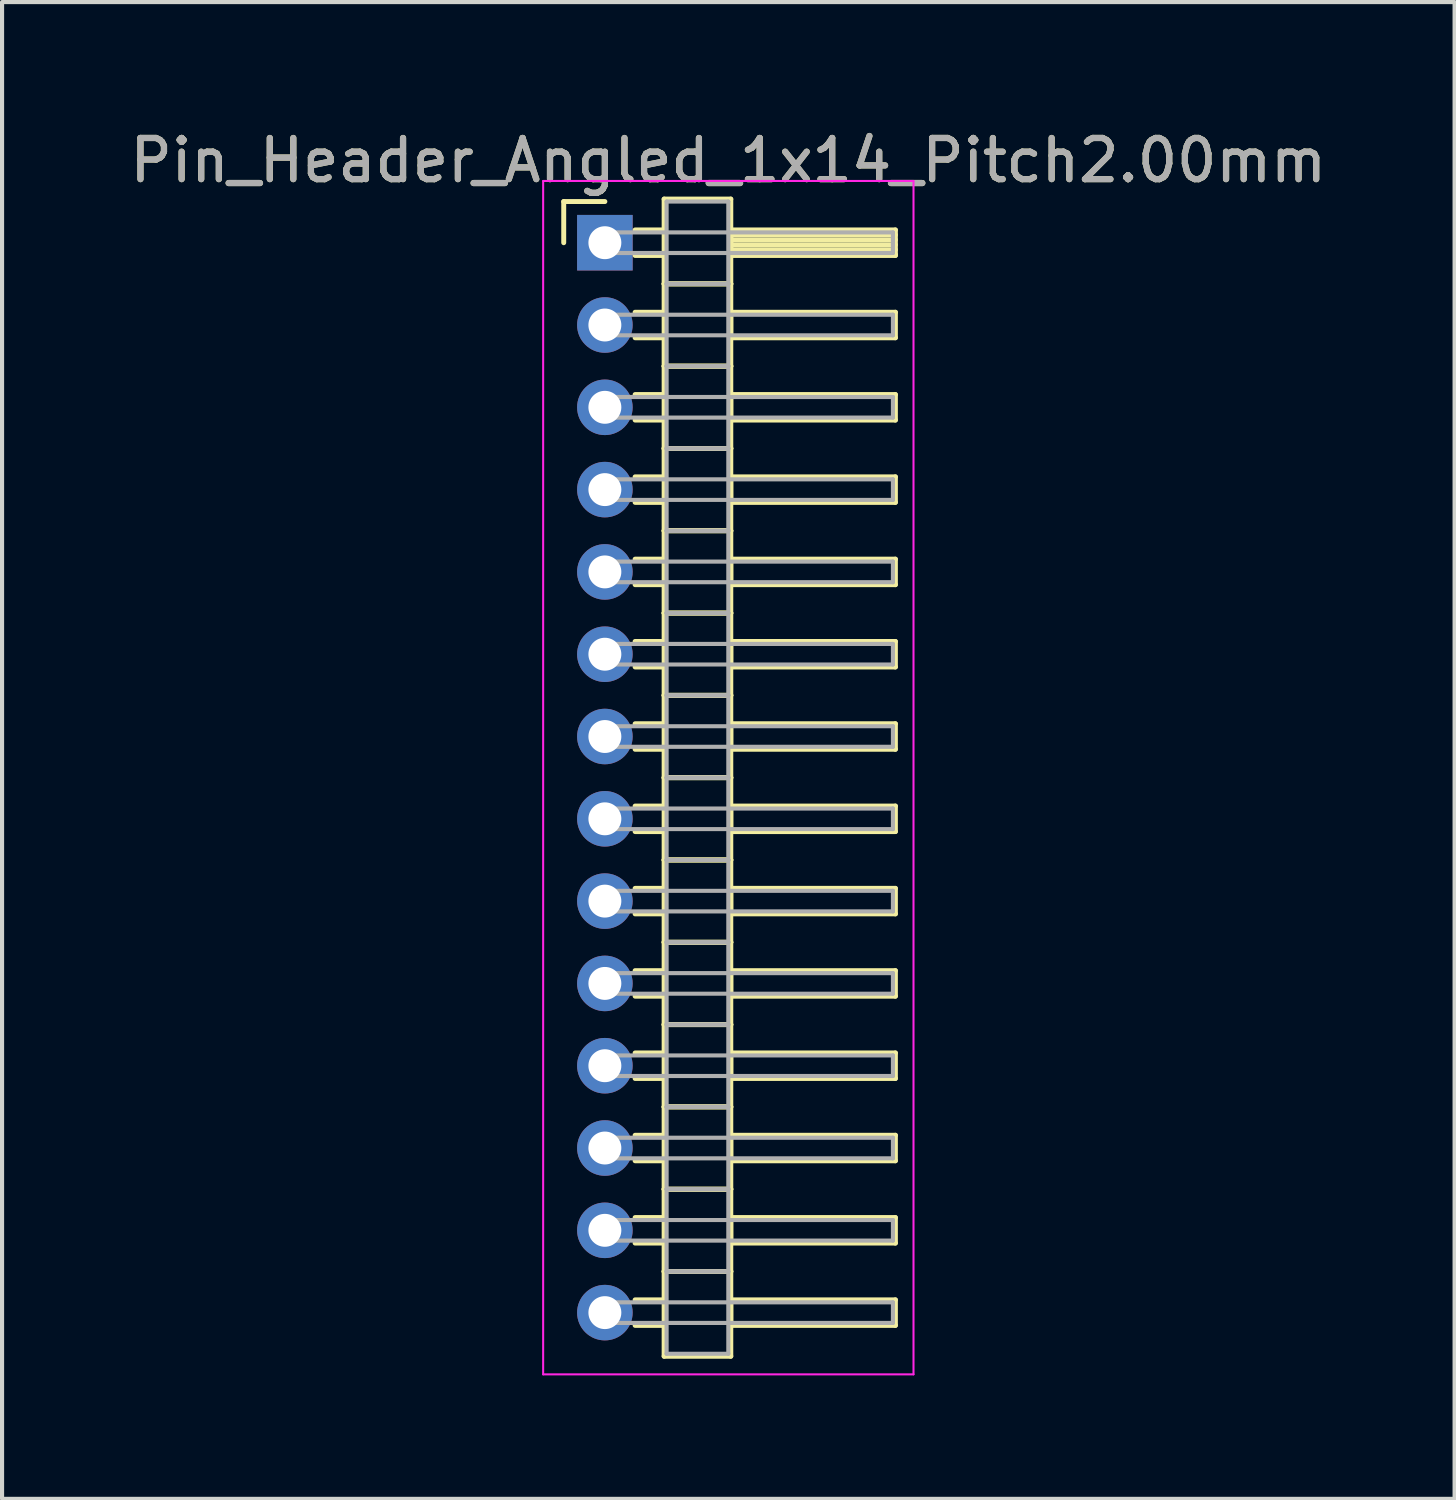
<source format=kicad_pcb>
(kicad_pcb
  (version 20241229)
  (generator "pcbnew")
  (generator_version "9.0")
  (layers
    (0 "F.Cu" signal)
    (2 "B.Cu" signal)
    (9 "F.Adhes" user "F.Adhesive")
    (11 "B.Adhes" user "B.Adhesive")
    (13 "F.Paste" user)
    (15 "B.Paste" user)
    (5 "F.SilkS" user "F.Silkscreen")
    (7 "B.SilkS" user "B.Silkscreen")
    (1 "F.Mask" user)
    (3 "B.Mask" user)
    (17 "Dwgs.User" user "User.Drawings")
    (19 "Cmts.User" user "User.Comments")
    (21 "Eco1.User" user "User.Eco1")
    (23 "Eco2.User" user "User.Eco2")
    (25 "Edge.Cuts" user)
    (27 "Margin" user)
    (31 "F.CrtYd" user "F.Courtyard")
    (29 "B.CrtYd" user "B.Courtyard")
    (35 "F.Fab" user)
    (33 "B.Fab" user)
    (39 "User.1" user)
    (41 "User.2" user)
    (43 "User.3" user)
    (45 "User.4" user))
  (footprint "Pin_Header_Angled_1x14_Pitch2.00mm"
    (layer "F.Cu")
    (at 11.649 2.848)
    (property "Reference" "Pin_Header_Angled_1x14_Pitch2.00mm" (at 3 -2 0) (layer "F.SilkS") (effects (font (size 1 1) (thickness 0.15))))
    (attr through_hole)
    (fp_line (start -1 -1) (end 0 -1) (stroke (width 0.12) (type solid)) (layer "F.SilkS"))
    (fp_line (start -1 0) (end -1 -1) (stroke (width 0.12) (type solid)) (layer "F.SilkS"))
    (fp_line (start 0.735 -0.31) (end 1.44 -0.31) (stroke (width 0.12) (type solid)) (layer "F.SilkS"))
    (fp_line (start 0.735 0.31) (end 1.44 0.31) (stroke (width 0.12) (type solid)) (layer "F.SilkS"))
    (fp_line (start 0.735 1.69) (end 1.44 1.69) (stroke (width 0.12) (type solid)) (layer "F.SilkS"))
    (fp_line (start 0.735 2.31) (end 1.44 2.31) (stroke (width 0.12) (type solid)) (layer "F.SilkS"))
    (fp_line (start 0.735 3.69) (end 1.44 3.69) (stroke (width 0.12) (type solid)) (layer "F.SilkS"))
    (fp_line (start 0.735 4.31) (end 1.44 4.31) (stroke (width 0.12) (type solid)) (layer "F.SilkS"))
    (fp_line (start 0.735 5.69) (end 1.44 5.69) (stroke (width 0.12) (type solid)) (layer "F.SilkS"))
    (fp_line (start 0.735 6.31) (end 1.44 6.31) (stroke (width 0.12) (type solid)) (layer "F.SilkS"))
    (fp_line (start 0.735 7.69) (end 1.44 7.69) (stroke (width 0.12) (type solid)) (layer "F.SilkS"))
    (fp_line (start 0.735 8.31) (end 1.44 8.31) (stroke (width 0.12) (type solid)) (layer "F.SilkS"))
    (fp_line (start 0.735 9.69) (end 1.44 9.69) (stroke (width 0.12) (type solid)) (layer "F.SilkS"))
    (fp_line (start 0.735 10.31) (end 1.44 10.31) (stroke (width 0.12) (type solid)) (layer "F.SilkS"))
    (fp_line (start 0.735 11.69) (end 1.44 11.69) (stroke (width 0.12) (type solid)) (layer "F.SilkS"))
    (fp_line (start 0.735 12.31) (end 1.44 12.31) (stroke (width 0.12) (type solid)) (layer "F.SilkS"))
    (fp_line (start 0.735 13.69) (end 1.44 13.69) (stroke (width 0.12) (type solid)) (layer "F.SilkS"))
    (fp_line (start 0.735 14.31) (end 1.44 14.31) (stroke (width 0.12) (type solid)) (layer "F.SilkS"))
    (fp_line (start 0.735 15.69) (end 1.44 15.69) (stroke (width 0.12) (type solid)) (layer "F.SilkS"))
    (fp_line (start 0.735 16.31) (end 1.44 16.31) (stroke (width 0.12) (type solid)) (layer "F.SilkS"))
    (fp_line (start 0.735 17.69) (end 1.44 17.69) (stroke (width 0.12) (type solid)) (layer "F.SilkS"))
    (fp_line (start 0.735 18.31) (end 1.44 18.31) (stroke (width 0.12) (type solid)) (layer "F.SilkS"))
    (fp_line (start 0.735 19.69) (end 1.44 19.69) (stroke (width 0.12) (type solid)) (layer "F.SilkS"))
    (fp_line (start 0.735 20.31) (end 1.44 20.31) (stroke (width 0.12) (type solid)) (layer "F.SilkS"))
    (fp_line (start 0.735 21.69) (end 1.44 21.69) (stroke (width 0.12) (type solid)) (layer "F.SilkS"))
    (fp_line (start 0.735 22.31) (end 1.44 22.31) (stroke (width 0.12) (type solid)) (layer "F.SilkS"))
    (fp_line (start 0.735 23.69) (end 1.44 23.69) (stroke (width 0.12) (type solid)) (layer "F.SilkS"))
    (fp_line (start 0.735 24.31) (end 1.44 24.31) (stroke (width 0.12) (type solid)) (layer "F.SilkS"))
    (fp_line (start 0.735 25.69) (end 1.44 25.69) (stroke (width 0.12) (type solid)) (layer "F.SilkS"))
    (fp_line (start 0.735 26.31) (end 1.44 26.31) (stroke (width 0.12) (type solid)) (layer "F.SilkS"))
    (fp_line (start 1.44 -1.06) (end 1.44 1) (stroke (width 0.12) (type solid)) (layer "F.SilkS"))
    (fp_line (start 1.44 1) (end 1.44 3) (stroke (width 0.12) (type solid)) (layer "F.SilkS"))
    (fp_line (start 1.44 1) (end 3.06 1) (stroke (width 0.12) (type solid)) (layer "F.SilkS"))
    (fp_line (start 1.44 3) (end 1.44 5) (stroke (width 0.12) (type solid)) (layer "F.SilkS"))
    (fp_line (start 1.44 3) (end 3.06 3) (stroke (width 0.12) (type solid)) (layer "F.SilkS"))
    (fp_line (start 1.44 5) (end 1.44 7) (stroke (width 0.12) (type solid)) (layer "F.SilkS"))
    (fp_line (start 1.44 5) (end 3.06 5) (stroke (width 0.12) (type solid)) (layer "F.SilkS"))
    (fp_line (start 1.44 7) (end 1.44 9) (stroke (width 0.12) (type solid)) (layer "F.SilkS"))
    (fp_line (start 1.44 7) (end 3.06 7) (stroke (width 0.12) (type solid)) (layer "F.SilkS"))
    (fp_line (start 1.44 9) (end 1.44 11) (stroke (width 0.12) (type solid)) (layer "F.SilkS"))
    (fp_line (start 1.44 9) (end 3.06 9) (stroke (width 0.12) (type solid)) (layer "F.SilkS"))
    (fp_line (start 1.44 11) (end 1.44 13) (stroke (width 0.12) (type solid)) (layer "F.SilkS"))
    (fp_line (start 1.44 11) (end 3.06 11) (stroke (width 0.12) (type solid)) (layer "F.SilkS"))
    (fp_line (start 1.44 13) (end 1.44 15) (stroke (width 0.12) (type solid)) (layer "F.SilkS"))
    (fp_line (start 1.44 13) (end 3.06 13) (stroke (width 0.12) (type solid)) (layer "F.SilkS"))
    (fp_line (start 1.44 15) (end 1.44 17) (stroke (width 0.12) (type solid)) (layer "F.SilkS"))
    (fp_line (start 1.44 15) (end 3.06 15) (stroke (width 0.12) (type solid)) (layer "F.SilkS"))
    (fp_line (start 1.44 17) (end 1.44 19) (stroke (width 0.12) (type solid)) (layer "F.SilkS"))
    (fp_line (start 1.44 17) (end 3.06 17) (stroke (width 0.12) (type solid)) (layer "F.SilkS"))
    (fp_line (start 1.44 19) (end 1.44 21) (stroke (width 0.12) (type solid)) (layer "F.SilkS"))
    (fp_line (start 1.44 19) (end 3.06 19) (stroke (width 0.12) (type solid)) (layer "F.SilkS"))
    (fp_line (start 1.44 21) (end 1.44 23) (stroke (width 0.12) (type solid)) (layer "F.SilkS"))
    (fp_line (start 1.44 21) (end 3.06 21) (stroke (width 0.12) (type solid)) (layer "F.SilkS"))
    (fp_line (start 1.44 23) (end 1.44 25) (stroke (width 0.12) (type solid)) (layer "F.SilkS"))
    (fp_line (start 1.44 23) (end 3.06 23) (stroke (width 0.12) (type solid)) (layer "F.SilkS"))
    (fp_line (start 1.44 25) (end 1.44 27.06) (stroke (width 0.12) (type solid)) (layer "F.SilkS"))
    (fp_line (start 1.44 25) (end 3.06 25) (stroke (width 0.12) (type solid)) (layer "F.SilkS"))
    (fp_line (start 1.44 27.06) (end 3.06 27.06) (stroke (width 0.12) (type solid)) (layer "F.SilkS"))
    (fp_line (start 3.06 -1.06) (end 1.44 -1.06) (stroke (width 0.12) (type solid)) (layer "F.SilkS"))
    (fp_line (start 3.06 -0.31) (end 3.06 0.31) (stroke (width 0.12) (type solid)) (layer "F.SilkS"))
    (fp_line (start 3.06 -0.19) (end 7.06 -0.19) (stroke (width 0.12) (type solid)) (layer "F.SilkS"))
    (fp_line (start 3.06 -0.07) (end 7.06 -0.07) (stroke (width 0.12) (type solid)) (layer "F.SilkS"))
    (fp_line (start 3.06 0.05) (end 7.06 0.05) (stroke (width 0.12) (type solid)) (layer "F.SilkS"))
    (fp_line (start 3.06 0.17) (end 7.06 0.17) (stroke (width 0.12) (type solid)) (layer "F.SilkS"))
    (fp_line (start 3.06 0.29) (end 7.06 0.29) (stroke (width 0.12) (type solid)) (layer "F.SilkS"))
    (fp_line (start 3.06 0.31) (end 7.06 0.31) (stroke (width 0.12) (type solid)) (layer "F.SilkS"))
    (fp_line (start 3.06 1) (end 1.44 1) (stroke (width 0.12) (type solid)) (layer "F.SilkS"))
    (fp_line (start 3.06 1) (end 3.06 -1.06) (stroke (width 0.12) (type solid)) (layer "F.SilkS"))
    (fp_line (start 3.06 1.69) (end 3.06 2.31) (stroke (width 0.12) (type solid)) (layer "F.SilkS"))
    (fp_line (start 3.06 2.31) (end 7.06 2.31) (stroke (width 0.12) (type solid)) (layer "F.SilkS"))
    (fp_line (start 3.06 3) (end 1.44 3) (stroke (width 0.12) (type solid)) (layer "F.SilkS"))
    (fp_line (start 3.06 3) (end 3.06 1) (stroke (width 0.12) (type solid)) (layer "F.SilkS"))
    (fp_line (start 3.06 3.69) (end 3.06 4.31) (stroke (width 0.12) (type solid)) (layer "F.SilkS"))
    (fp_line (start 3.06 4.31) (end 7.06 4.31) (stroke (width 0.12) (type solid)) (layer "F.SilkS"))
    (fp_line (start 3.06 5) (end 1.44 5) (stroke (width 0.12) (type solid)) (layer "F.SilkS"))
    (fp_line (start 3.06 5) (end 3.06 3) (stroke (width 0.12) (type solid)) (layer "F.SilkS"))
    (fp_line (start 3.06 5.69) (end 3.06 6.31) (stroke (width 0.12) (type solid)) (layer "F.SilkS"))
    (fp_line (start 3.06 6.31) (end 7.06 6.31) (stroke (width 0.12) (type solid)) (layer "F.SilkS"))
    (fp_line (start 3.06 7) (end 1.44 7) (stroke (width 0.12) (type solid)) (layer "F.SilkS"))
    (fp_line (start 3.06 7) (end 3.06 5) (stroke (width 0.12) (type solid)) (layer "F.SilkS"))
    (fp_line (start 3.06 7.69) (end 3.06 8.31) (stroke (width 0.12) (type solid)) (layer "F.SilkS"))
    (fp_line (start 3.06 8.31) (end 7.06 8.31) (stroke (width 0.12) (type solid)) (layer "F.SilkS"))
    (fp_line (start 3.06 9) (end 1.44 9) (stroke (width 0.12) (type solid)) (layer "F.SilkS"))
    (fp_line (start 3.06 9) (end 3.06 7) (stroke (width 0.12) (type solid)) (layer "F.SilkS"))
    (fp_line (start 3.06 9.69) (end 3.06 10.31) (stroke (width 0.12) (type solid)) (layer "F.SilkS"))
    (fp_line (start 3.06 10.31) (end 7.06 10.31) (stroke (width 0.12) (type solid)) (layer "F.SilkS"))
    (fp_line (start 3.06 11) (end 1.44 11) (stroke (width 0.12) (type solid)) (layer "F.SilkS"))
    (fp_line (start 3.06 11) (end 3.06 9) (stroke (width 0.12) (type solid)) (layer "F.SilkS"))
    (fp_line (start 3.06 11.69) (end 3.06 12.31) (stroke (width 0.12) (type solid)) (layer "F.SilkS"))
    (fp_line (start 3.06 12.31) (end 7.06 12.31) (stroke (width 0.12) (type solid)) (layer "F.SilkS"))
    (fp_line (start 3.06 13) (end 1.44 13) (stroke (width 0.12) (type solid)) (layer "F.SilkS"))
    (fp_line (start 3.06 13) (end 3.06 11) (stroke (width 0.12) (type solid)) (layer "F.SilkS"))
    (fp_line (start 3.06 13.69) (end 3.06 14.31) (stroke (width 0.12) (type solid)) (layer "F.SilkS"))
    (fp_line (start 3.06 14.31) (end 7.06 14.31) (stroke (width 0.12) (type solid)) (layer "F.SilkS"))
    (fp_line (start 3.06 15) (end 1.44 15) (stroke (width 0.12) (type solid)) (layer "F.SilkS"))
    (fp_line (start 3.06 15) (end 3.06 13) (stroke (width 0.12) (type solid)) (layer "F.SilkS"))
    (fp_line (start 3.06 15.69) (end 3.06 16.31) (stroke (width 0.12) (type solid)) (layer "F.SilkS"))
    (fp_line (start 3.06 16.31) (end 7.06 16.31) (stroke (width 0.12) (type solid)) (layer "F.SilkS"))
    (fp_line (start 3.06 17) (end 1.44 17) (stroke (width 0.12) (type solid)) (layer "F.SilkS"))
    (fp_line (start 3.06 17) (end 3.06 15) (stroke (width 0.12) (type solid)) (layer "F.SilkS"))
    (fp_line (start 3.06 17.69) (end 3.06 18.31) (stroke (width 0.12) (type solid)) (layer "F.SilkS"))
    (fp_line (start 3.06 18.31) (end 7.06 18.31) (stroke (width 0.12) (type solid)) (layer "F.SilkS"))
    (fp_line (start 3.06 19) (end 1.44 19) (stroke (width 0.12) (type solid)) (layer "F.SilkS"))
    (fp_line (start 3.06 19) (end 3.06 17) (stroke (width 0.12) (type solid)) (layer "F.SilkS"))
    (fp_line (start 3.06 19.69) (end 3.06 20.31) (stroke (width 0.12) (type solid)) (layer "F.SilkS"))
    (fp_line (start 3.06 20.31) (end 7.06 20.31) (stroke (width 0.12) (type solid)) (layer "F.SilkS"))
    (fp_line (start 3.06 21) (end 1.44 21) (stroke (width 0.12) (type solid)) (layer "F.SilkS"))
    (fp_line (start 3.06 21) (end 3.06 19) (stroke (width 0.12) (type solid)) (layer "F.SilkS"))
    (fp_line (start 3.06 21.69) (end 3.06 22.31) (stroke (width 0.12) (type solid)) (layer "F.SilkS"))
    (fp_line (start 3.06 22.31) (end 7.06 22.31) (stroke (width 0.12) (type solid)) (layer "F.SilkS"))
    (fp_line (start 3.06 23) (end 1.44 23) (stroke (width 0.12) (type solid)) (layer "F.SilkS"))
    (fp_line (start 3.06 23) (end 3.06 21) (stroke (width 0.12) (type solid)) (layer "F.SilkS"))
    (fp_line (start 3.06 23.69) (end 3.06 24.31) (stroke (width 0.12) (type solid)) (layer "F.SilkS"))
    (fp_line (start 3.06 24.31) (end 7.06 24.31) (stroke (width 0.12) (type solid)) (layer "F.SilkS"))
    (fp_line (start 3.06 25) (end 1.44 25) (stroke (width 0.12) (type solid)) (layer "F.SilkS"))
    (fp_line (start 3.06 25) (end 3.06 23) (stroke (width 0.12) (type solid)) (layer "F.SilkS"))
    (fp_line (start 3.06 25.69) (end 3.06 26.31) (stroke (width 0.12) (type solid)) (layer "F.SilkS"))
    (fp_line (start 3.06 26.31) (end 7.06 26.31) (stroke (width 0.12) (type solid)) (layer "F.SilkS"))
    (fp_line (start 3.06 27.06) (end 3.06 25) (stroke (width 0.12) (type solid)) (layer "F.SilkS"))
    (fp_line (start 7.06 -0.31) (end 3.06 -0.31) (stroke (width 0.12) (type solid)) (layer "F.SilkS"))
    (fp_line (start 7.06 0.31) (end 7.06 -0.31) (stroke (width 0.12) (type solid)) (layer "F.SilkS"))
    (fp_line (start 7.06 1.69) (end 3.06 1.69) (stroke (width 0.12) (type solid)) (layer "F.SilkS"))
    (fp_line (start 7.06 2.31) (end 7.06 1.69) (stroke (width 0.12) (type solid)) (layer "F.SilkS"))
    (fp_line (start 7.06 3.69) (end 3.06 3.69) (stroke (width 0.12) (type solid)) (layer "F.SilkS"))
    (fp_line (start 7.06 4.31) (end 7.06 3.69) (stroke (width 0.12) (type solid)) (layer "F.SilkS"))
    (fp_line (start 7.06 5.69) (end 3.06 5.69) (stroke (width 0.12) (type solid)) (layer "F.SilkS"))
    (fp_line (start 7.06 6.31) (end 7.06 5.69) (stroke (width 0.12) (type solid)) (layer "F.SilkS"))
    (fp_line (start 7.06 7.69) (end 3.06 7.69) (stroke (width 0.12) (type solid)) (layer "F.SilkS"))
    (fp_line (start 7.06 8.31) (end 7.06 7.69) (stroke (width 0.12) (type solid)) (layer "F.SilkS"))
    (fp_line (start 7.06 9.69) (end 3.06 9.69) (stroke (width 0.12) (type solid)) (layer "F.SilkS"))
    (fp_line (start 7.06 10.31) (end 7.06 9.69) (stroke (width 0.12) (type solid)) (layer "F.SilkS"))
    (fp_line (start 7.06 11.69) (end 3.06 11.69) (stroke (width 0.12) (type solid)) (layer "F.SilkS"))
    (fp_line (start 7.06 12.31) (end 7.06 11.69) (stroke (width 0.12) (type solid)) (layer "F.SilkS"))
    (fp_line (start 7.06 13.69) (end 3.06 13.69) (stroke (width 0.12) (type solid)) (layer "F.SilkS"))
    (fp_line (start 7.06 14.31) (end 7.06 13.69) (stroke (width 0.12) (type solid)) (layer "F.SilkS"))
    (fp_line (start 7.06 15.69) (end 3.06 15.69) (stroke (width 0.12) (type solid)) (layer "F.SilkS"))
    (fp_line (start 7.06 16.31) (end 7.06 15.69) (stroke (width 0.12) (type solid)) (layer "F.SilkS"))
    (fp_line (start 7.06 17.69) (end 3.06 17.69) (stroke (width 0.12) (type solid)) (layer "F.SilkS"))
    (fp_line (start 7.06 18.31) (end 7.06 17.69) (stroke (width 0.12) (type solid)) (layer "F.SilkS"))
    (fp_line (start 7.06 19.69) (end 3.06 19.69) (stroke (width 0.12) (type solid)) (layer "F.SilkS"))
    (fp_line (start 7.06 20.31) (end 7.06 19.69) (stroke (width 0.12) (type solid)) (layer "F.SilkS"))
    (fp_line (start 7.06 21.69) (end 3.06 21.69) (stroke (width 0.12) (type solid)) (layer "F.SilkS"))
    (fp_line (start 7.06 22.31) (end 7.06 21.69) (stroke (width 0.12) (type solid)) (layer "F.SilkS"))
    (fp_line (start 7.06 23.69) (end 3.06 23.69) (stroke (width 0.12) (type solid)) (layer "F.SilkS"))
    (fp_line (start 7.06 24.31) (end 7.06 23.69) (stroke (width 0.12) (type solid)) (layer "F.SilkS"))
    (fp_line (start 7.06 25.69) (end 3.06 25.69) (stroke (width 0.12) (type solid)) (layer "F.SilkS"))
    (fp_line (start 7.06 26.31) (end 7.06 25.69) (stroke (width 0.12) (type solid)) (layer "F.SilkS"))
    (fp_line (start -1.5 -1.5) (end -1.5 27.5) (stroke (width 0.05) (type solid)) (layer "F.CrtYd"))
    (fp_line (start -1.5 27.5) (end 7.5 27.5) (stroke (width 0.05) (type solid)) (layer "F.CrtYd"))
    (fp_line (start 7.5 -1.5) (end -1.5 -1.5) (stroke (width 0.05) (type solid)) (layer "F.CrtYd"))
    (fp_line (start 7.5 27.5) (end 7.5 -1.5) (stroke (width 0.05) (type solid)) (layer "F.CrtYd"))
    (fp_line (start 0 -0.25) (end 0 0.25) (stroke (width 0.1) (type solid)) (layer "F.Fab"))
    (fp_line (start 0 0.25) (end 7 0.25) (stroke (width 0.1) (type solid)) (layer "F.Fab"))
    (fp_line (start 0 1.75) (end 0 2.25) (stroke (width 0.1) (type solid)) (layer "F.Fab"))
    (fp_line (start 0 2.25) (end 7 2.25) (stroke (width 0.1) (type solid)) (layer "F.Fab"))
    (fp_line (start 0 3.75) (end 0 4.25) (stroke (width 0.1) (type solid)) (layer "F.Fab"))
    (fp_line (start 0 4.25) (end 7 4.25) (stroke (width 0.1) (type solid)) (layer "F.Fab"))
    (fp_line (start 0 5.75) (end 0 6.25) (stroke (width 0.1) (type solid)) (layer "F.Fab"))
    (fp_line (start 0 6.25) (end 7 6.25) (stroke (width 0.1) (type solid)) (layer "F.Fab"))
    (fp_line (start 0 7.75) (end 0 8.25) (stroke (width 0.1) (type solid)) (layer "F.Fab"))
    (fp_line (start 0 8.25) (end 7 8.25) (stroke (width 0.1) (type solid)) (layer "F.Fab"))
    (fp_line (start 0 9.75) (end 0 10.25) (stroke (width 0.1) (type solid)) (layer "F.Fab"))
    (fp_line (start 0 10.25) (end 7 10.25) (stroke (width 0.1) (type solid)) (layer "F.Fab"))
    (fp_line (start 0 11.75) (end 0 12.25) (stroke (width 0.1) (type solid)) (layer "F.Fab"))
    (fp_line (start 0 12.25) (end 7 12.25) (stroke (width 0.1) (type solid)) (layer "F.Fab"))
    (fp_line (start 0 13.75) (end 0 14.25) (stroke (width 0.1) (type solid)) (layer "F.Fab"))
    (fp_line (start 0 14.25) (end 7 14.25) (stroke (width 0.1) (type solid)) (layer "F.Fab"))
    (fp_line (start 0 15.75) (end 0 16.25) (stroke (width 0.1) (type solid)) (layer "F.Fab"))
    (fp_line (start 0 16.25) (end 7 16.25) (stroke (width 0.1) (type solid)) (layer "F.Fab"))
    (fp_line (start 0 17.75) (end 0 18.25) (stroke (width 0.1) (type solid)) (layer "F.Fab"))
    (fp_line (start 0 18.25) (end 7 18.25) (stroke (width 0.1) (type solid)) (layer "F.Fab"))
    (fp_line (start 0 19.75) (end 0 20.25) (stroke (width 0.1) (type solid)) (layer "F.Fab"))
    (fp_line (start 0 20.25) (end 7 20.25) (stroke (width 0.1) (type solid)) (layer "F.Fab"))
    (fp_line (start 0 21.75) (end 0 22.25) (stroke (width 0.1) (type solid)) (layer "F.Fab"))
    (fp_line (start 0 22.25) (end 7 22.25) (stroke (width 0.1) (type solid)) (layer "F.Fab"))
    (fp_line (start 0 23.75) (end 0 24.25) (stroke (width 0.1) (type solid)) (layer "F.Fab"))
    (fp_line (start 0 24.25) (end 7 24.25) (stroke (width 0.1) (type solid)) (layer "F.Fab"))
    (fp_line (start 0 25.75) (end 0 26.25) (stroke (width 0.1) (type solid)) (layer "F.Fab"))
    (fp_line (start 0 26.25) (end 7 26.25) (stroke (width 0.1) (type solid)) (layer "F.Fab"))
    (fp_line (start 1.5 -1) (end 1.5 1) (stroke (width 0.1) (type solid)) (layer "F.Fab"))
    (fp_line (start 1.5 1) (end 1.5 3) (stroke (width 0.1) (type solid)) (layer "F.Fab"))
    (fp_line (start 1.5 1) (end 3 1) (stroke (width 0.1) (type solid)) (layer "F.Fab"))
    (fp_line (start 1.5 3) (end 1.5 5) (stroke (width 0.1) (type solid)) (layer "F.Fab"))
    (fp_line (start 1.5 3) (end 3 3) (stroke (width 0.1) (type solid)) (layer "F.Fab"))
    (fp_line (start 1.5 5) (end 1.5 7) (stroke (width 0.1) (type solid)) (layer "F.Fab"))
    (fp_line (start 1.5 5) (end 3 5) (stroke (width 0.1) (type solid)) (layer "F.Fab"))
    (fp_line (start 1.5 7) (end 1.5 9) (stroke (width 0.1) (type solid)) (layer "F.Fab"))
    (fp_line (start 1.5 7) (end 3 7) (stroke (width 0.1) (type solid)) (layer "F.Fab"))
    (fp_line (start 1.5 9) (end 1.5 11) (stroke (width 0.1) (type solid)) (layer "F.Fab"))
    (fp_line (start 1.5 9) (end 3 9) (stroke (width 0.1) (type solid)) (layer "F.Fab"))
    (fp_line (start 1.5 11) (end 1.5 13) (stroke (width 0.1) (type solid)) (layer "F.Fab"))
    (fp_line (start 1.5 11) (end 3 11) (stroke (width 0.1) (type solid)) (layer "F.Fab"))
    (fp_line (start 1.5 13) (end 1.5 15) (stroke (width 0.1) (type solid)) (layer "F.Fab"))
    (fp_line (start 1.5 13) (end 3 13) (stroke (width 0.1) (type solid)) (layer "F.Fab"))
    (fp_line (start 1.5 15) (end 1.5 17) (stroke (width 0.1) (type solid)) (layer "F.Fab"))
    (fp_line (start 1.5 15) (end 3 15) (stroke (width 0.1) (type solid)) (layer "F.Fab"))
    (fp_line (start 1.5 17) (end 1.5 19) (stroke (width 0.1) (type solid)) (layer "F.Fab"))
    (fp_line (start 1.5 17) (end 3 17) (stroke (width 0.1) (type solid)) (layer "F.Fab"))
    (fp_line (start 1.5 19) (end 1.5 21) (stroke (width 0.1) (type solid)) (layer "F.Fab"))
    (fp_line (start 1.5 19) (end 3 19) (stroke (width 0.1) (type solid)) (layer "F.Fab"))
    (fp_line (start 1.5 21) (end 1.5 23) (stroke (width 0.1) (type solid)) (layer "F.Fab"))
    (fp_line (start 1.5 21) (end 3 21) (stroke (width 0.1) (type solid)) (layer "F.Fab"))
    (fp_line (start 1.5 23) (end 1.5 25) (stroke (width 0.1) (type solid)) (layer "F.Fab"))
    (fp_line (start 1.5 23) (end 3 23) (stroke (width 0.1) (type solid)) (layer "F.Fab"))
    (fp_line (start 1.5 25) (end 1.5 27) (stroke (width 0.1) (type solid)) (layer "F.Fab"))
    (fp_line (start 1.5 25) (end 3 25) (stroke (width 0.1) (type solid)) (layer "F.Fab"))
    (fp_line (start 1.5 27) (end 3 27) (stroke (width 0.1) (type solid)) (layer "F.Fab"))
    (fp_line (start 3 -1) (end 1.5 -1) (stroke (width 0.1) (type solid)) (layer "F.Fab"))
    (fp_line (start 3 1) (end 1.5 1) (stroke (width 0.1) (type solid)) (layer "F.Fab"))
    (fp_line (start 3 1) (end 3 -1) (stroke (width 0.1) (type solid)) (layer "F.Fab"))
    (fp_line (start 3 3) (end 1.5 3) (stroke (width 0.1) (type solid)) (layer "F.Fab"))
    (fp_line (start 3 3) (end 3 1) (stroke (width 0.1) (type solid)) (layer "F.Fab"))
    (fp_line (start 3 5) (end 1.5 5) (stroke (width 0.1) (type solid)) (layer "F.Fab"))
    (fp_line (start 3 5) (end 3 3) (stroke (width 0.1) (type solid)) (layer "F.Fab"))
    (fp_line (start 3 7) (end 1.5 7) (stroke (width 0.1) (type solid)) (layer "F.Fab"))
    (fp_line (start 3 7) (end 3 5) (stroke (width 0.1) (type solid)) (layer "F.Fab"))
    (fp_line (start 3 9) (end 1.5 9) (stroke (width 0.1) (type solid)) (layer "F.Fab"))
    (fp_line (start 3 9) (end 3 7) (stroke (width 0.1) (type solid)) (layer "F.Fab"))
    (fp_line (start 3 11) (end 1.5 11) (stroke (width 0.1) (type solid)) (layer "F.Fab"))
    (fp_line (start 3 11) (end 3 9) (stroke (width 0.1) (type solid)) (layer "F.Fab"))
    (fp_line (start 3 13) (end 1.5 13) (stroke (width 0.1) (type solid)) (layer "F.Fab"))
    (fp_line (start 3 13) (end 3 11) (stroke (width 0.1) (type solid)) (layer "F.Fab"))
    (fp_line (start 3 15) (end 1.5 15) (stroke (width 0.1) (type solid)) (layer "F.Fab"))
    (fp_line (start 3 15) (end 3 13) (stroke (width 0.1) (type solid)) (layer "F.Fab"))
    (fp_line (start 3 17) (end 1.5 17) (stroke (width 0.1) (type solid)) (layer "F.Fab"))
    (fp_line (start 3 17) (end 3 15) (stroke (width 0.1) (type solid)) (layer "F.Fab"))
    (fp_line (start 3 19) (end 1.5 19) (stroke (width 0.1) (type solid)) (layer "F.Fab"))
    (fp_line (start 3 19) (end 3 17) (stroke (width 0.1) (type solid)) (layer "F.Fab"))
    (fp_line (start 3 21) (end 1.5 21) (stroke (width 0.1) (type solid)) (layer "F.Fab"))
    (fp_line (start 3 21) (end 3 19) (stroke (width 0.1) (type solid)) (layer "F.Fab"))
    (fp_line (start 3 23) (end 1.5 23) (stroke (width 0.1) (type solid)) (layer "F.Fab"))
    (fp_line (start 3 23) (end 3 21) (stroke (width 0.1) (type solid)) (layer "F.Fab"))
    (fp_line (start 3 25) (end 1.5 25) (stroke (width 0.1) (type solid)) (layer "F.Fab"))
    (fp_line (start 3 25) (end 3 23) (stroke (width 0.1) (type solid)) (layer "F.Fab"))
    (fp_line (start 3 27) (end 3 25) (stroke (width 0.1) (type solid)) (layer "F.Fab"))
    (fp_line (start 7 -0.25) (end 0 -0.25) (stroke (width 0.1) (type solid)) (layer "F.Fab"))
    (fp_line (start 7 0.25) (end 7 -0.25) (stroke (width 0.1) (type solid)) (layer "F.Fab"))
    (fp_line (start 7 1.75) (end 0 1.75) (stroke (width 0.1) (type solid)) (layer "F.Fab"))
    (fp_line (start 7 2.25) (end 7 1.75) (stroke (width 0.1) (type solid)) (layer "F.Fab"))
    (fp_line (start 7 3.75) (end 0 3.75) (stroke (width 0.1) (type solid)) (layer "F.Fab"))
    (fp_line (start 7 4.25) (end 7 3.75) (stroke (width 0.1) (type solid)) (layer "F.Fab"))
    (fp_line (start 7 5.75) (end 0 5.75) (stroke (width 0.1) (type solid)) (layer "F.Fab"))
    (fp_line (start 7 6.25) (end 7 5.75) (stroke (width 0.1) (type solid)) (layer "F.Fab"))
    (fp_line (start 7 7.75) (end 0 7.75) (stroke (width 0.1) (type solid)) (layer "F.Fab"))
    (fp_line (start 7 8.25) (end 7 7.75) (stroke (width 0.1) (type solid)) (layer "F.Fab"))
    (fp_line (start 7 9.75) (end 0 9.75) (stroke (width 0.1) (type solid)) (layer "F.Fab"))
    (fp_line (start 7 10.25) (end 7 9.75) (stroke (width 0.1) (type solid)) (layer "F.Fab"))
    (fp_line (start 7 11.75) (end 0 11.75) (stroke (width 0.1) (type solid)) (layer "F.Fab"))
    (fp_line (start 7 12.25) (end 7 11.75) (stroke (width 0.1) (type solid)) (layer "F.Fab"))
    (fp_line (start 7 13.75) (end 0 13.75) (stroke (width 0.1) (type solid)) (layer "F.Fab"))
    (fp_line (start 7 14.25) (end 7 13.75) (stroke (width 0.1) (type solid)) (layer "F.Fab"))
    (fp_line (start 7 15.75) (end 0 15.75) (stroke (width 0.1) (type solid)) (layer "F.Fab"))
    (fp_line (start 7 16.25) (end 7 15.75) (stroke (width 0.1) (type solid)) (layer "F.Fab"))
    (fp_line (start 7 17.75) (end 0 17.75) (stroke (width 0.1) (type solid)) (layer "F.Fab"))
    (fp_line (start 7 18.25) (end 7 17.75) (stroke (width 0.1) (type solid)) (layer "F.Fab"))
    (fp_line (start 7 19.75) (end 0 19.75) (stroke (width 0.1) (type solid)) (layer "F.Fab"))
    (fp_line (start 7 20.25) (end 7 19.75) (stroke (width 0.1) (type solid)) (layer "F.Fab"))
    (fp_line (start 7 21.75) (end 0 21.75) (stroke (width 0.1) (type solid)) (layer "F.Fab"))
    (fp_line (start 7 22.25) (end 7 21.75) (stroke (width 0.1) (type solid)) (layer "F.Fab"))
    (fp_line (start 7 23.75) (end 0 23.75) (stroke (width 0.1) (type solid)) (layer "F.Fab"))
    (fp_line (start 7 24.25) (end 7 23.75) (stroke (width 0.1) (type solid)) (layer "F.Fab"))
    (fp_line (start 7 25.75) (end 0 25.75) (stroke (width 0.1) (type solid)) (layer "F.Fab"))
    (fp_line (start 7 26.25) (end 7 25.75) (stroke (width 0.1) (type solid)) (layer "F.Fab"))
    (fp_text user "${REFERENCE}" (at 3 -2 0) (layer "F.Fab") (effects (font (size 1 1) (thickness 0.15))))
    (pad "1" thru_hole rect (at 0 0) (size 1.35 1.35) (drill 0.8) (layers "*.Cu" "*.Mask"))
    (pad "2" thru_hole oval (at 0 2) (size 1.35 1.35) (drill 0.8) (layers "*.Cu" "*.Mask"))
    (pad "3" thru_hole oval (at 0 4) (size 1.35 1.35) (drill 0.8) (layers "*.Cu" "*.Mask"))
    (pad "4" thru_hole oval (at 0 6) (size 1.35 1.35) (drill 0.8) (layers "*.Cu" "*.Mask"))
    (pad "5" thru_hole oval (at 0 8) (size 1.35 1.35) (drill 0.8) (layers "*.Cu" "*.Mask"))
    (pad "6" thru_hole oval (at 0 10) (size 1.35 1.35) (drill 0.8) (layers "*.Cu" "*.Mask"))
    (pad "7" thru_hole oval (at 0 12) (size 1.35 1.35) (drill 0.8) (layers "*.Cu" "*.Mask"))
    (pad "8" thru_hole oval (at 0 14) (size 1.35 1.35) (drill 0.8) (layers "*.Cu" "*.Mask"))
    (pad "9" thru_hole oval (at 0 16) (size 1.35 1.35) (drill 0.8) (layers "*.Cu" "*.Mask"))
    (pad "10" thru_hole oval (at 0 18) (size 1.35 1.35) (drill 0.8) (layers "*.Cu" "*.Mask"))
    (pad "11" thru_hole oval (at 0 20) (size 1.35 1.35) (drill 0.8) (layers "*.Cu" "*.Mask"))
    (pad "12" thru_hole oval (at 0 22) (size 1.35 1.35) (drill 0.8) (layers "*.Cu" "*.Mask"))
    (pad "13" thru_hole oval (at 0 24) (size 1.35 1.35) (drill 0.8) (layers "*.Cu" "*.Mask"))
    (pad "14" thru_hole oval (at 0 26) (size 1.35 1.35) (drill 0.8) (layers "*.Cu" "*.Mask")))
  (gr_rect
    (start -3 -3)
    (end 32.298 33.373)
    (stroke (width 0.1) (type default))
    (fill no)
    (layer "Edge.Cuts")))
</source>
